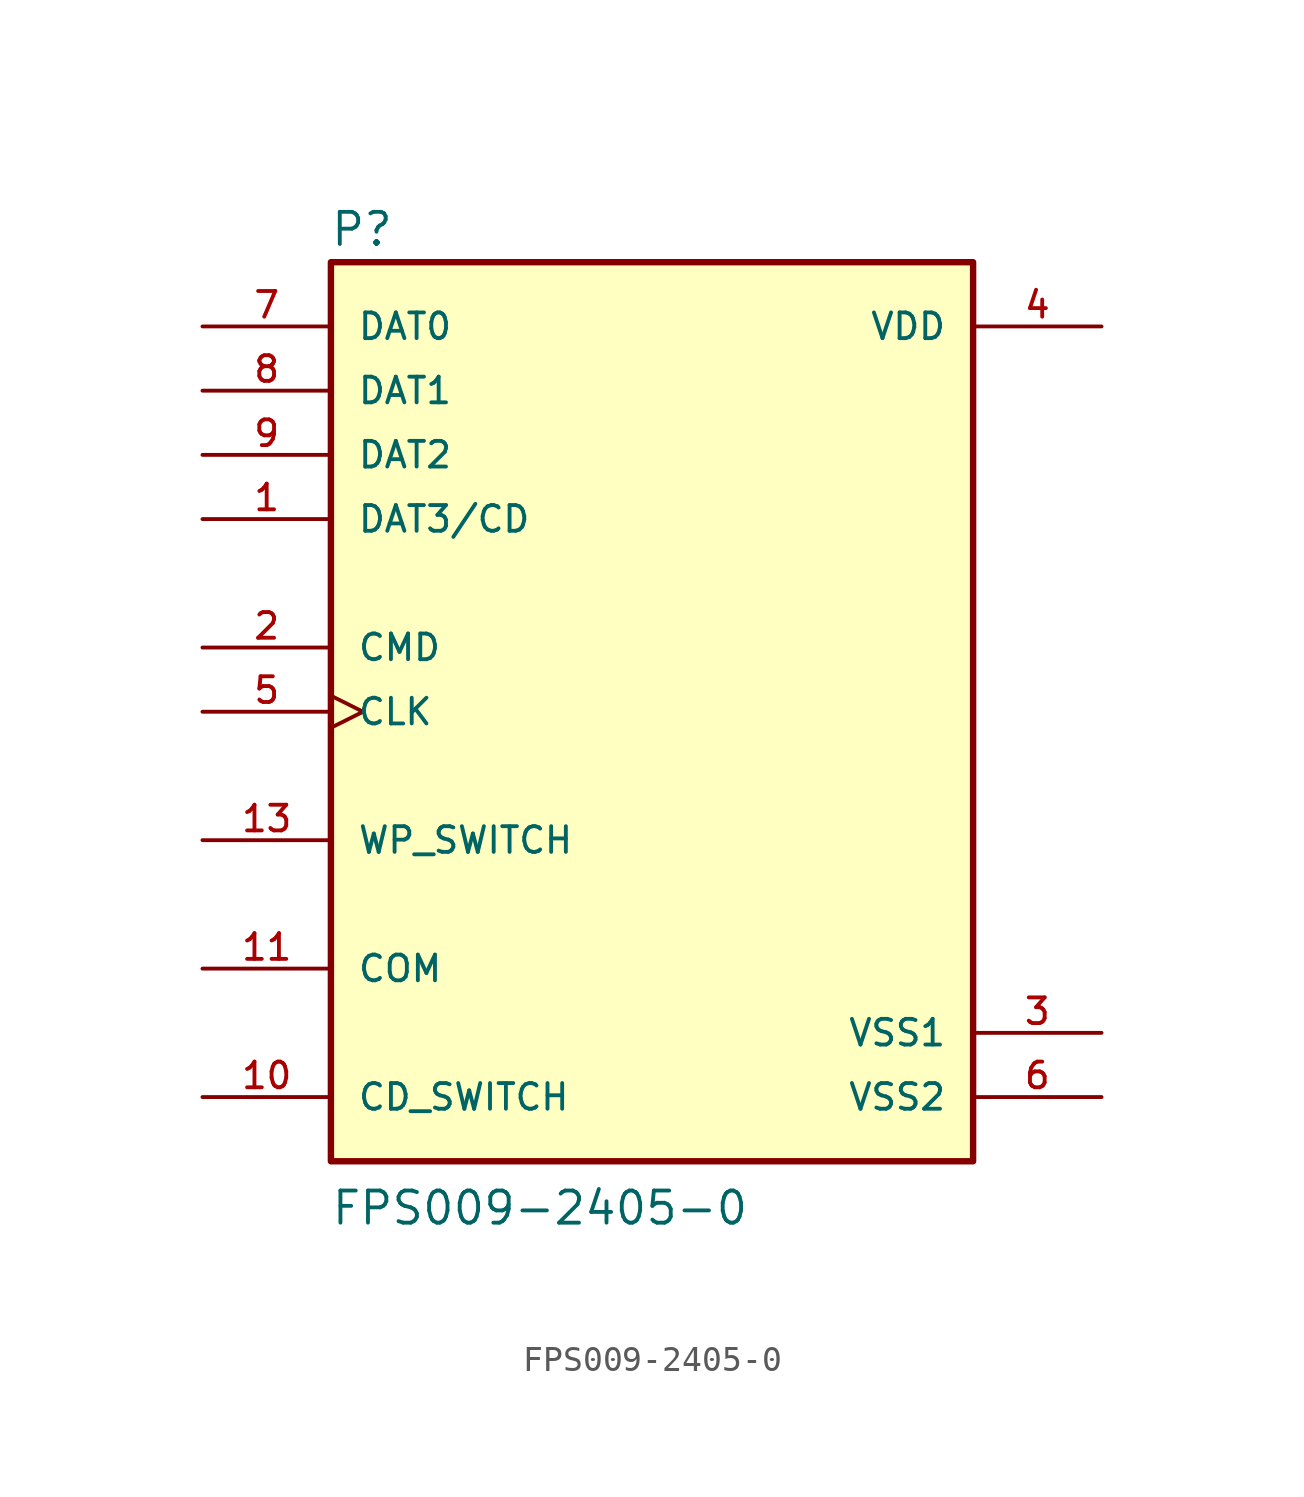
<source format=kicad_sym>
(kicad_symbol_lib
  (version 20211014)
  (generator kicad_symbol_editor)
  (symbol "FPS009-2405-0"
    (pin_names
      (offset 1.016))
    (property "Reference" "P"
      (at -12.751 18.339 0)
      (effects (font (size 1.27 1.27)) (justify left bottom)))
    (property "Value" "FPS009-2405-0"
      (at -12.725 -20.371 0)
      (effects (font (size 1.27 1.27)) (justify left bottom)))
    (property "ki_locked" ""
      (at 0 0 0)
      (effects (font (size 1.27 1.27))))
    (symbol "FPS009-2405-0_0_0"
      (rectangle (start -12.7 -17.78) (end 12.7 17.78) (stroke (width 0.254) (type default) (color 0 0 0 0)) (fill (type background)))
      (pin bidirectional line (at -17.78 7.62 0) (length 5.08) (name "DAT3/CD" (effects (font (size 1.016 1.016)))) (number "1" (effects (font (size 1.016 1.016)))))
      (pin passive line (at -17.78 -15.24 0) (length 5.08) (name "CD_SWITCH" (effects (font (size 1.016 1.016)))) (number "10" (effects (font (size 1.016 1.016)))))
      (pin passive line (at -17.78 -10.16 0) (length 5.08) (name "COM" (effects (font (size 1.016 1.016)))) (number "11" (effects (font (size 1.016 1.016)))))
      (pin passive line (at -17.78 -5.08 0) (length 5.08) (name "WP_SWITCH" (effects (font (size 1.016 1.016)))) (number "13" (effects (font (size 1.016 1.016)))))
      (pin input line (at -17.78 2.54 0) (length 5.08) (name "CMD" (effects (font (size 1.016 1.016)))) (number "2" (effects (font (size 1.016 1.016)))))
      (pin power_in line (at 17.78 -12.7 180) (length 5.08) (name "VSS1" (effects (font (size 1.016 1.016)))) (number "3" (effects (font (size 1.016 1.016)))))
      (pin power_in line (at 17.78 15.24 180) (length 5.08) (name "VDD" (effects (font (size 1.016 1.016)))) (number "4" (effects (font (size 1.016 1.016)))))
      (pin input clock (at -17.78 0 0) (length 5.08) (name "CLK" (effects (font (size 1.016 1.016)))) (number "5" (effects (font (size 1.016 1.016)))))
      (pin power_in line (at 17.78 -15.24 180) (length 5.08) (name "VSS2" (effects (font (size 1.016 1.016)))) (number "6" (effects (font (size 1.016 1.016)))))
      (pin bidirectional line (at -17.78 15.24 0) (length 5.08) (name "DAT0" (effects (font (size 1.016 1.016)))) (number "7" (effects (font (size 1.016 1.016)))))
      (pin bidirectional line (at -17.78 12.7 0) (length 5.08) (name "DAT1" (effects (font (size 1.016 1.016)))) (number "8" (effects (font (size 1.016 1.016)))))
      (pin bidirectional line (at -17.78 10.16 0) (length 5.08) (name "DAT2" (effects (font (size 1.016 1.016)))) (number "9" (effects (font (size 1.016 1.016))))))))
</source>
